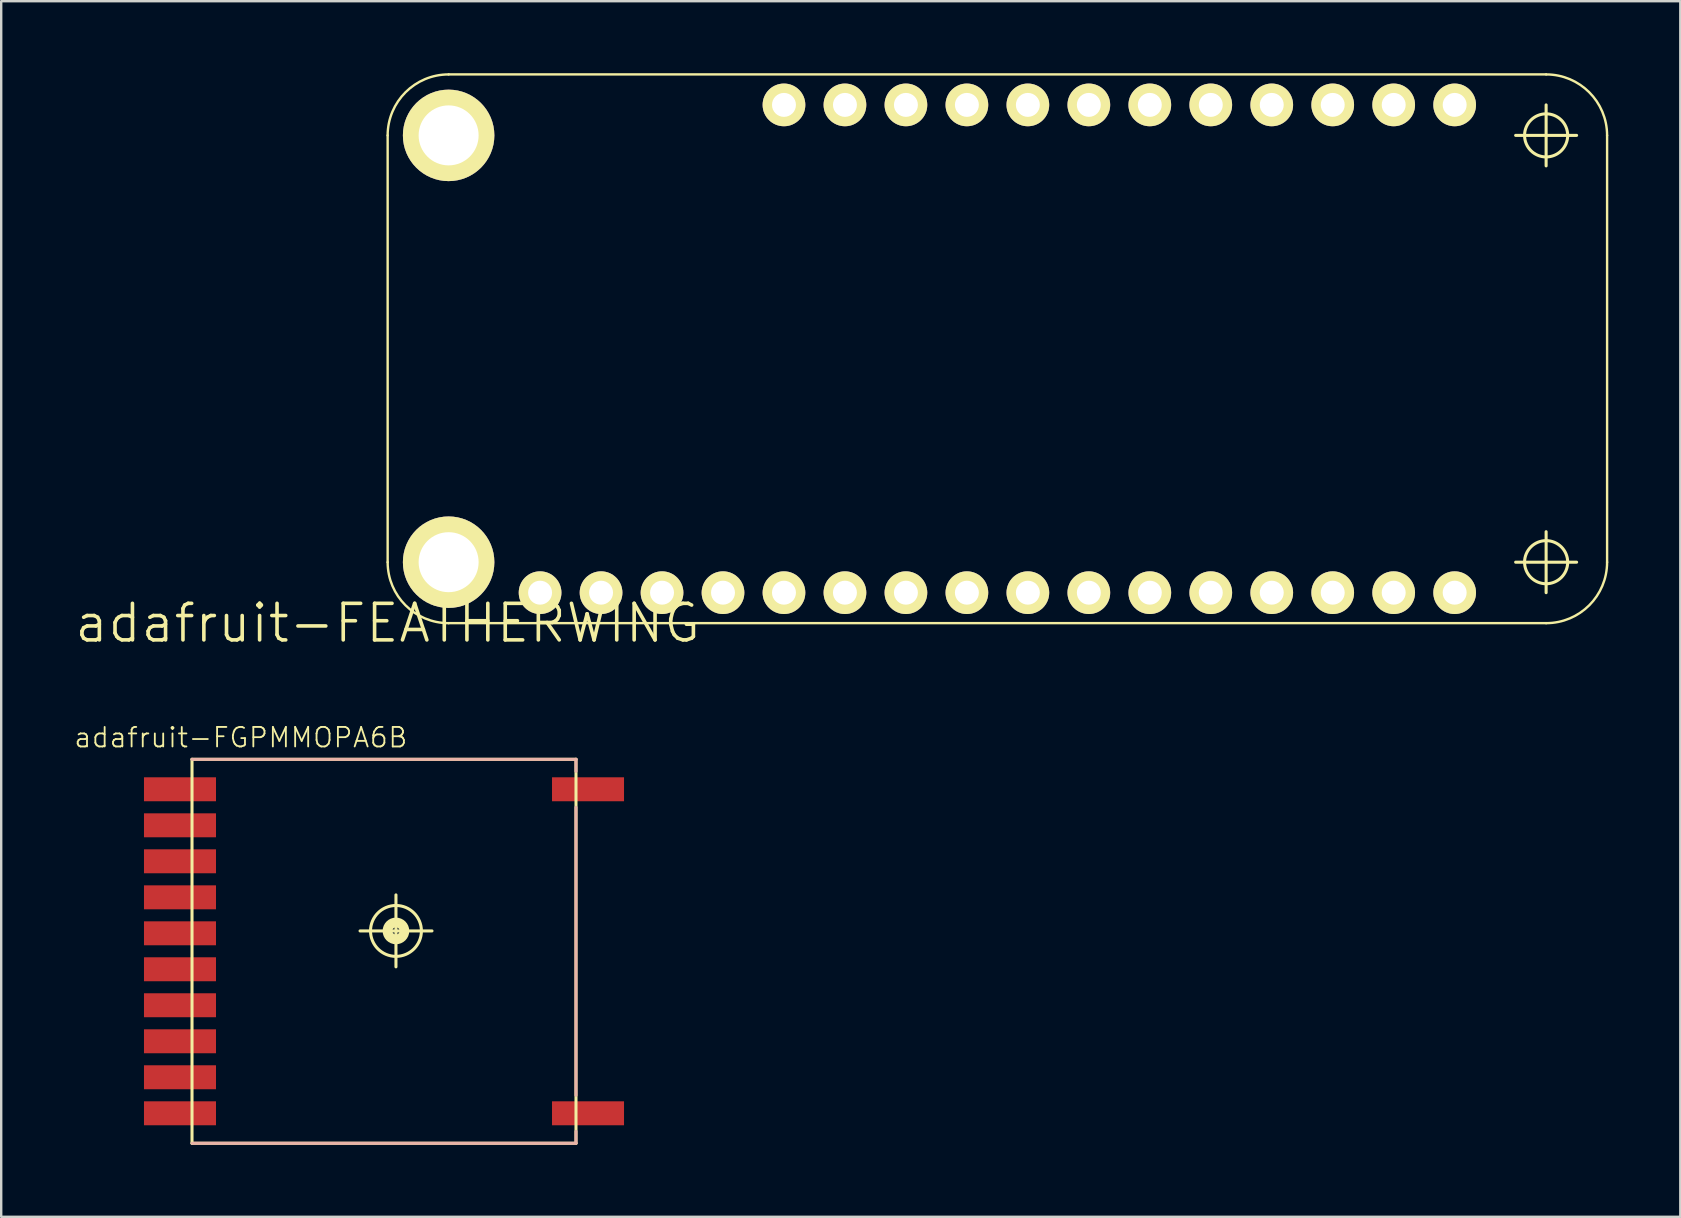
<source format=kicad_pcb>
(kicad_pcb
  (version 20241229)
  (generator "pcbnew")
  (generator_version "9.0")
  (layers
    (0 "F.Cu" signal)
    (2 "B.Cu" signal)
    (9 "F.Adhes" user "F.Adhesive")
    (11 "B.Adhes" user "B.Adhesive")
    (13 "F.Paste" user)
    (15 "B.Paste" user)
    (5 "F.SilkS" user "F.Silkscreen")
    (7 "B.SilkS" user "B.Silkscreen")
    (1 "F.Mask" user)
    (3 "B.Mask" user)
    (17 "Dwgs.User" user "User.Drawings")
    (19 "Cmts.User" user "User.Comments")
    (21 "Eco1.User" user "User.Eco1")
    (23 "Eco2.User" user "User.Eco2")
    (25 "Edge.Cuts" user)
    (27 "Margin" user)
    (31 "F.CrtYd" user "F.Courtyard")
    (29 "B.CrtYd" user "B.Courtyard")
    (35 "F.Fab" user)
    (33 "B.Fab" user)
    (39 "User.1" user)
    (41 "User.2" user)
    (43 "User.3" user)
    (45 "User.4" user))
  (footprint "adafruit-FEATHERWING"
    (layer "F.Cu")
    (at 13.099 22.91)
    (property "Reference" "adafruit-FEATHERWING" (at 0 0 0) (layer "F.SilkS") (effects (font (size 1.524 1.524) (thickness 0.15))))
    (attr exclude_from_pos_files exclude_from_bom)
    (fp_line (start 0 -20.32) (end 0 -2.54) (stroke (width 0.1) (type solid)) (layer "F.SilkS"))
    (fp_line (start 2.54 0) (end 48.26 0) (stroke (width 0.1) (type solid)) (layer "F.SilkS"))
    (fp_line (start 46.99 -20.32) (end 49.53 -20.32) (stroke (width 0.127) (type solid)) (layer "F.SilkS"))
    (fp_line (start 46.99 -2.54) (end 49.53 -2.54) (stroke (width 0.127) (type solid)) (layer "F.SilkS"))
    (fp_line (start 48.26 -22.86) (end 2.54 -22.86) (stroke (width 0.1) (type solid)) (layer "F.SilkS"))
    (fp_line (start 48.26 -19.05) (end 48.26 -21.59) (stroke (width 0.127) (type solid)) (layer "F.SilkS"))
    (fp_line (start 48.26 -1.27) (end 48.26 -3.81) (stroke (width 0.127) (type solid)) (layer "F.SilkS"))
    (fp_line (start 50.8 -2.54) (end 50.8 -20.32) (stroke (width 0.1) (type solid)) (layer "F.SilkS"))
    (fp_arc (start 0 -20.32) (mid 0.743949 -22.116051) (end 2.54 -22.86) (stroke (width 0.1) (type solid)) (layer "F.SilkS"))
    (fp_arc (start 2.54 0) (mid 0.743949 -0.743949) (end 0 -2.54) (stroke (width 0.1) (type solid)) (layer "F.SilkS"))
    (fp_arc (start 48.26 -22.86) (mid 50.056051 -22.116051) (end 50.8 -20.32) (stroke (width 0.1) (type solid)) (layer "F.SilkS"))
    (fp_arc (start 50.8 -2.54) (mid 50.056051 -0.743949) (end 48.26 0) (stroke (width 0.1) (type solid)) (layer "F.SilkS"))
    (fp_circle (center 48.26 -20.32) (end 48.895 -20.955) (stroke (width 0.127) (type solid)) (fill no) (layer "F.SilkS"))
    (fp_circle (center 48.26 -2.54) (end 48.895 -3.175) (stroke (width 0.127) (type solid)) (fill no) (layer "F.SilkS"))
    (pad "1" thru_hole circle (at 6.35 -1.27) (size 1.778 1.778) (drill 0.998) (layers "*.Cu" "F.Mask" "F.SilkS" "F.Paste"))
    (pad "2" thru_hole circle (at 8.89 -1.27) (size 1.778 1.778) (drill 0.998) (layers "*.Cu" "F.Mask" "F.SilkS" "F.Paste"))
    (pad "3" thru_hole circle (at 11.43 -1.27) (size 1.778 1.778) (drill 0.998) (layers "*.Cu" "F.Mask" "F.SilkS" "F.Paste"))
    (pad "4" thru_hole circle (at 13.97 -1.27) (size 1.778 1.778) (drill 0.998) (layers "*.Cu" "F.Mask" "F.SilkS" "F.Paste"))
    (pad "5" thru_hole circle (at 16.51 -1.27) (size 1.778 1.778) (drill 0.998) (layers "*.Cu" "F.Mask" "F.SilkS" "F.Paste"))
    (pad "6" thru_hole circle (at 19.05 -1.27) (size 1.778 1.778) (drill 0.998) (layers "*.Cu" "F.Mask" "F.SilkS" "F.Paste"))
    (pad "7" thru_hole circle (at 21.59 -1.27) (size 1.778 1.778) (drill 0.998) (layers "*.Cu" "F.Mask" "F.SilkS" "F.Paste"))
    (pad "8" thru_hole circle (at 24.13 -1.27) (size 1.778 1.778) (drill 0.998) (layers "*.Cu" "F.Mask" "F.SilkS" "F.Paste"))
    (pad "9" thru_hole circle (at 26.67 -1.27) (size 1.778 1.778) (drill 0.998) (layers "*.Cu" "F.Mask" "F.SilkS" "F.Paste"))
    (pad "10" thru_hole circle (at 29.21 -1.27) (size 1.778 1.778) (drill 0.998) (layers "*.Cu" "F.Mask" "F.SilkS" "F.Paste"))
    (pad "11" thru_hole circle (at 31.75 -1.27) (size 1.778 1.778) (drill 0.998) (layers "*.Cu" "F.Mask" "F.SilkS" "F.Paste"))
    (pad "12" thru_hole circle (at 34.29 -1.27) (size 1.778 1.778) (drill 0.998) (layers "*.Cu" "F.Mask" "F.SilkS" "F.Paste"))
    (pad "13" thru_hole circle (at 36.83 -1.27) (size 1.778 1.778) (drill 0.998) (layers "*.Cu" "F.Mask" "F.SilkS" "F.Paste"))
    (pad "14" thru_hole circle (at 39.37 -1.27) (size 1.778 1.778) (drill 0.998) (layers "*.Cu" "F.Mask" "F.SilkS" "F.Paste"))
    (pad "15" thru_hole circle (at 41.91 -1.27) (size 1.778 1.778) (drill 0.998) (layers "*.Cu" "F.Mask" "F.SilkS" "F.Paste"))
    (pad "16" thru_hole circle (at 44.45 -1.27) (size 1.778 1.778) (drill 0.998) (layers "*.Cu" "F.Mask" "F.SilkS" "F.Paste"))
    (pad "17" thru_hole circle (at 44.45 -21.59) (size 1.778 1.778) (drill 0.998) (layers "*.Cu" "F.Mask" "F.SilkS" "F.Paste"))
    (pad "18" thru_hole circle (at 41.91 -21.59) (size 1.778 1.778) (drill 0.998) (layers "*.Cu" "F.Mask" "F.SilkS" "F.Paste"))
    (pad "19" thru_hole circle (at 39.37 -21.59) (size 1.778 1.778) (drill 0.998) (layers "*.Cu" "F.Mask" "F.SilkS" "F.Paste"))
    (pad "20" thru_hole circle (at 36.83 -21.59) (size 1.778 1.778) (drill 0.998) (layers "*.Cu" "F.Mask" "F.SilkS" "F.Paste"))
    (pad "21" thru_hole circle (at 34.29 -21.59) (size 1.778 1.778) (drill 0.998) (layers "*.Cu" "F.Mask" "F.SilkS" "F.Paste"))
    (pad "22" thru_hole circle (at 31.75 -21.59) (size 1.778 1.778) (drill 0.998) (layers "*.Cu" "F.Mask" "F.SilkS" "F.Paste"))
    (pad "23" thru_hole circle (at 29.21 -21.59) (size 1.778 1.778) (drill 0.998) (layers "*.Cu" "F.Mask" "F.SilkS" "F.Paste"))
    (pad "24" thru_hole circle (at 26.67 -21.59) (size 1.778 1.778) (drill 0.998) (layers "*.Cu" "F.Mask" "F.SilkS" "F.Paste"))
    (pad "25" thru_hole circle (at 24.13 -21.59) (size 1.778 1.778) (drill 0.998) (layers "*.Cu" "F.Mask" "F.SilkS" "F.Paste"))
    (pad "26" thru_hole circle (at 21.59 -21.59) (size 1.778 1.778) (drill 0.998) (layers "*.Cu" "F.Mask" "F.SilkS" "F.Paste"))
    (pad "27" thru_hole circle (at 19.05 -21.59) (size 1.778 1.778) (drill 0.998) (layers "*.Cu" "F.Mask" "F.SilkS" "F.Paste"))
    (pad "28" thru_hole circle (at 16.51 -21.59) (size 1.778 1.778) (drill 0.998) (layers "*.Cu" "F.Mask" "F.SilkS" "F.Paste"))
    (pad "P$1" thru_hole circle (at 2.54 -20.32) (size 3.81 3.81) (drill 2.499) (layers "*.Cu" "F.Mask" "F.SilkS" "F.Paste"))
    (pad "P$2" thru_hole circle (at 2.54 -2.54) (size 3.81 3.81) (drill 2.499) (layers "*.Cu" "F.Mask" "F.SilkS" "F.Paste")))
  (footprint "adafruit-FGPMMOPA6B"
    (layer "F.Cu")
    (at 12.947 36.579)
    (property "Reference" "adafruit-FGPMMOPA6B" (at -5.966 -8.905 0) (layer "F.SilkS") (effects (font (size 0.813 0.813) (thickness 0.076))))
    (attr smd)
    (fp_line (start -7.998 -7.998) (end 7.998 -7.998) (stroke (width 0.127) (type solid)) (layer "F.SilkS"))
    (fp_line (start -7.998 7.998) (end -7.998 -7.998) (stroke (width 0.127) (type solid)) (layer "F.SilkS"))
    (fp_line (start -0.998 -0.848) (end 1.999 -0.848) (stroke (width 0.127) (type solid)) (layer "F.SilkS"))
    (fp_line (start 0.498 0.648) (end 0.498 -2.349) (stroke (width 0.127) (type solid)) (layer "F.SilkS"))
    (fp_line (start 7.998 -7.998) (end 7.998 7.998) (stroke (width 0.127) (type solid)) (layer "F.SilkS"))
    (fp_line (start 7.998 7.998) (end -7.998 7.998) (stroke (width 0.127) (type solid)) (layer "F.SilkS"))
    (fp_circle (center 0.498 -0.848) (end 0.747 -1.097) (stroke (width 0.406) (type solid)) (fill no) (layer "F.SilkS"))
    (fp_circle (center 0.498 -0.848) (end 1.247 -1.598) (stroke (width 0.127) (type solid)) (fill no) (layer "F.SilkS"))
    (fp_line (start -7.998 -7.998) (end 7.998 -7.998) (stroke (width 0.127) (type solid)) (layer "B.SilkS"))
    (fp_line (start 7.998 -7.998) (end 7.998 -7.498) (stroke (width 0.127) (type solid)) (layer "B.SilkS"))
    (fp_line (start 7.998 -5.999) (end 7.998 5.999) (stroke (width 0.127) (type solid)) (layer "B.SilkS"))
    (fp_line (start 7.998 7.498) (end 7.998 7.998) (stroke (width 0.127) (type solid)) (layer "B.SilkS"))
    (fp_line (start 7.998 7.998) (end -7.998 7.998) (stroke (width 0.127) (type solid)) (layer "B.SilkS"))
    (pad "P$1" smd rect (at -8.499 -6.749) (size 3 0.998) (layers "F.Cu" "F.Mask" "F.Paste"))
    (pad "P$2" smd rect (at -8.499 -5.248) (size 3 0.998) (layers "F.Cu" "F.Mask" "F.Paste"))
    (pad "P$3" smd rect (at -8.499 -3.749) (size 3 0.998) (layers "F.Cu" "F.Mask" "F.Paste"))
    (pad "P$4" smd rect (at -8.499 -2.248) (size 3 0.998) (layers "F.Cu" "F.Mask" "F.Paste"))
    (pad "P$5" smd rect (at -8.499 -0.749) (size 3 0.998) (layers "F.Cu" "F.Mask" "F.Paste"))
    (pad "P$6" smd rect (at -8.499 0.749) (size 3 0.998) (layers "F.Cu" "F.Mask" "F.Paste"))
    (pad "P$7" smd rect (at -8.499 2.248) (size 3 0.998) (layers "F.Cu" "F.Mask" "F.Paste"))
    (pad "P$8" smd rect (at -8.499 3.749) (size 3 0.998) (layers "F.Cu" "F.Mask" "F.Paste"))
    (pad "P$9" smd rect (at -8.499 5.248) (size 3 0.998) (layers "F.Cu" "F.Mask" "F.Paste"))
    (pad "P$10" smd rect (at -8.499 6.749) (size 3 0.998) (layers "F.Cu" "F.Mask" "F.Paste"))
    (pad "P$11" smd rect (at 8.499 -6.749 180) (size 3 0.998) (layers "F.Cu" "F.Mask" "F.Paste"))
    (pad "P$12" smd rect (at 8.499 6.749 180) (size 3 0.998) (layers "F.Cu" "F.Mask" "F.Paste")))
  (gr_rect
    (start -3 -3)
    (end 66.949 47.641)
    (stroke (width 0.1) (type default))
    (fill no)
    (layer "Edge.Cuts")))
</source>
